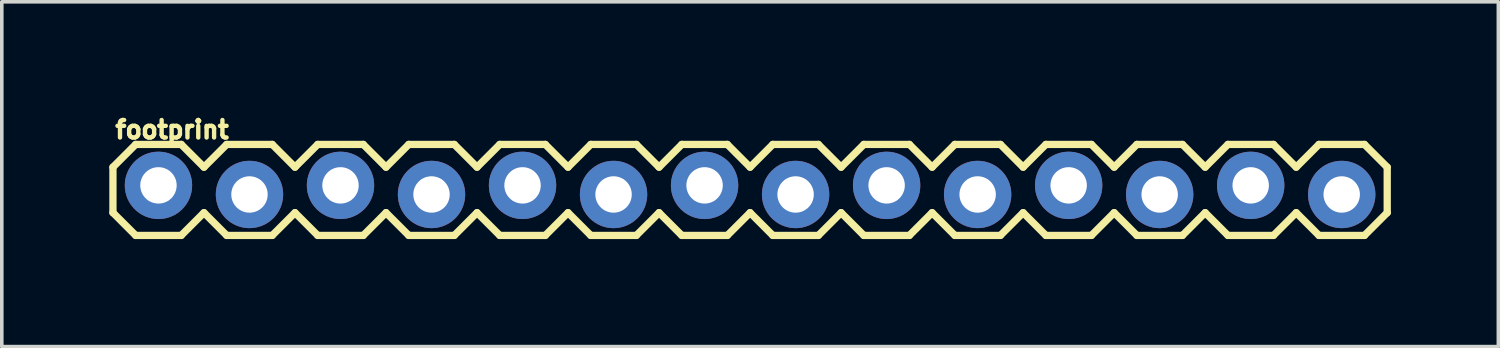
<source format=kicad_pcb>
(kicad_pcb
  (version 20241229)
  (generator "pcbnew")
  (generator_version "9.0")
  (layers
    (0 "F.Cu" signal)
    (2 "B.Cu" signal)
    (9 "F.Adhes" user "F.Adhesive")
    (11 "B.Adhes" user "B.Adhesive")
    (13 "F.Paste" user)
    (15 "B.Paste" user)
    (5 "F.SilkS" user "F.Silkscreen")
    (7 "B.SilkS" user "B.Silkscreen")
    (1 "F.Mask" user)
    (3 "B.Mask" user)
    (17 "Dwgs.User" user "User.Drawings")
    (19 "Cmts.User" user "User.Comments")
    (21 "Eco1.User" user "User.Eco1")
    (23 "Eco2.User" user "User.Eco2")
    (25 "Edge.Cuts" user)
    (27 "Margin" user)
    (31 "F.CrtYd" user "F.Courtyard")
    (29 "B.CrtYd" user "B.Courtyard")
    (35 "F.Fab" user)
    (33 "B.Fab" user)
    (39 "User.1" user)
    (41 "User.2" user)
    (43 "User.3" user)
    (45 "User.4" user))
  (footprint "footprint"
    (layer "F.Cu")
    (at 1.372 2.25)
    (property "Reference" "footprint" (at -1.27 -1.397 0) (layer "F.SilkS") (effects (font (size 0.488 0.488) (thickness 0.122)) (justify left bottom)))
    (fp_line (start -1.27 -0.635) (end -1.27 0.635) (stroke (width 0.203) (type solid)) (layer "F.SilkS"))
    (fp_line (start -1.27 0.635) (end -0.635 1.27) (stroke (width 0.203) (type solid)) (layer "F.SilkS"))
    (fp_line (start -0.635 -1.27) (end -1.27 -0.635) (stroke (width 0.203) (type solid)) (layer "F.SilkS"))
    (fp_line (start -0.635 -1.27) (end 0.635 -1.27) (stroke (width 0.203) (type solid)) (layer "F.SilkS"))
    (fp_line (start 0.635 -1.27) (end 1.27 -0.635) (stroke (width 0.203) (type solid)) (layer "F.SilkS"))
    (fp_line (start 0.635 1.27) (end -0.635 1.27) (stroke (width 0.203) (type solid)) (layer "F.SilkS"))
    (fp_line (start 1.27 -0.635) (end 1.905 -1.27) (stroke (width 0.203) (type solid)) (layer "F.SilkS"))
    (fp_line (start 1.27 0.635) (end 0.635 1.27) (stroke (width 0.203) (type solid)) (layer "F.SilkS"))
    (fp_line (start 1.905 -1.27) (end 3.175 -1.27) (stroke (width 0.203) (type solid)) (layer "F.SilkS"))
    (fp_line (start 1.905 1.27) (end 1.27 0.635) (stroke (width 0.203) (type solid)) (layer "F.SilkS"))
    (fp_line (start 3.175 -1.27) (end 3.81 -0.635) (stroke (width 0.203) (type solid)) (layer "F.SilkS"))
    (fp_line (start 3.175 1.27) (end 1.905 1.27) (stroke (width 0.203) (type solid)) (layer "F.SilkS"))
    (fp_line (start 3.81 -0.635) (end 4.445 -1.27) (stroke (width 0.203) (type solid)) (layer "F.SilkS"))
    (fp_line (start 3.81 0.635) (end 3.175 1.27) (stroke (width 0.203) (type solid)) (layer "F.SilkS"))
    (fp_line (start 4.445 -1.27) (end 5.715 -1.27) (stroke (width 0.203) (type solid)) (layer "F.SilkS"))
    (fp_line (start 4.445 1.27) (end 3.81 0.635) (stroke (width 0.203) (type solid)) (layer "F.SilkS"))
    (fp_line (start 5.715 -1.27) (end 6.35 -0.635) (stroke (width 0.203) (type solid)) (layer "F.SilkS"))
    (fp_line (start 5.715 1.27) (end 4.445 1.27) (stroke (width 0.203) (type solid)) (layer "F.SilkS"))
    (fp_line (start 6.35 0.635) (end 5.715 1.27) (stroke (width 0.203) (type solid)) (layer "F.SilkS"))
    (fp_line (start 6.35 0.635) (end 6.985 1.27) (stroke (width 0.203) (type solid)) (layer "F.SilkS"))
    (fp_line (start 6.985 -1.27) (end 6.35 -0.635) (stroke (width 0.203) (type solid)) (layer "F.SilkS"))
    (fp_line (start 6.985 -1.27) (end 8.255 -1.27) (stroke (width 0.203) (type solid)) (layer "F.SilkS"))
    (fp_line (start 8.255 -1.27) (end 8.89 -0.635) (stroke (width 0.203) (type solid)) (layer "F.SilkS"))
    (fp_line (start 8.255 1.27) (end 6.985 1.27) (stroke (width 0.203) (type solid)) (layer "F.SilkS"))
    (fp_line (start 8.89 -0.635) (end 9.525 -1.27) (stroke (width 0.203) (type solid)) (layer "F.SilkS"))
    (fp_line (start 8.89 0.635) (end 8.255 1.27) (stroke (width 0.203) (type solid)) (layer "F.SilkS"))
    (fp_line (start 9.525 -1.27) (end 10.795 -1.27) (stroke (width 0.203) (type solid)) (layer "F.SilkS"))
    (fp_line (start 9.525 1.27) (end 8.89 0.635) (stroke (width 0.203) (type solid)) (layer "F.SilkS"))
    (fp_line (start 10.795 -1.27) (end 11.43 -0.635) (stroke (width 0.203) (type solid)) (layer "F.SilkS"))
    (fp_line (start 10.795 1.27) (end 9.525 1.27) (stroke (width 0.203) (type solid)) (layer "F.SilkS"))
    (fp_line (start 11.43 -0.635) (end 12.065 -1.27) (stroke (width 0.203) (type solid)) (layer "F.SilkS"))
    (fp_line (start 11.43 0.635) (end 10.795 1.27) (stroke (width 0.203) (type solid)) (layer "F.SilkS"))
    (fp_line (start 12.065 -1.27) (end 13.335 -1.27) (stroke (width 0.203) (type solid)) (layer "F.SilkS"))
    (fp_line (start 12.065 1.27) (end 11.43 0.635) (stroke (width 0.203) (type solid)) (layer "F.SilkS"))
    (fp_line (start 13.335 -1.27) (end 13.97 -0.635) (stroke (width 0.203) (type solid)) (layer "F.SilkS"))
    (fp_line (start 13.335 1.27) (end 12.065 1.27) (stroke (width 0.203) (type solid)) (layer "F.SilkS"))
    (fp_line (start 13.97 0.635) (end 13.335 1.27) (stroke (width 0.203) (type solid)) (layer "F.SilkS"))
    (fp_line (start 13.97 0.635) (end 14.605 1.27) (stroke (width 0.203) (type solid)) (layer "F.SilkS"))
    (fp_line (start 14.605 -1.27) (end 13.97 -0.635) (stroke (width 0.203) (type solid)) (layer "F.SilkS"))
    (fp_line (start 14.605 -1.27) (end 15.875 -1.27) (stroke (width 0.203) (type solid)) (layer "F.SilkS"))
    (fp_line (start 15.875 -1.27) (end 16.51 -0.635) (stroke (width 0.203) (type solid)) (layer "F.SilkS"))
    (fp_line (start 15.875 1.27) (end 14.605 1.27) (stroke (width 0.203) (type solid)) (layer "F.SilkS"))
    (fp_line (start 16.51 0.635) (end 15.875 1.27) (stroke (width 0.203) (type solid)) (layer "F.SilkS"))
    (fp_line (start 16.51 0.635) (end 17.145 1.27) (stroke (width 0.203) (type solid)) (layer "F.SilkS"))
    (fp_line (start 17.145 -1.27) (end 16.51 -0.635) (stroke (width 0.203) (type solid)) (layer "F.SilkS"))
    (fp_line (start 17.145 -1.27) (end 18.415 -1.27) (stroke (width 0.203) (type solid)) (layer "F.SilkS"))
    (fp_line (start 18.415 -1.27) (end 19.05 -0.635) (stroke (width 0.203) (type solid)) (layer "F.SilkS"))
    (fp_line (start 18.415 1.27) (end 17.145 1.27) (stroke (width 0.203) (type solid)) (layer "F.SilkS"))
    (fp_line (start 19.05 -0.635) (end 19.685 -1.27) (stroke (width 0.203) (type solid)) (layer "F.SilkS"))
    (fp_line (start 19.05 0.635) (end 18.415 1.27) (stroke (width 0.203) (type solid)) (layer "F.SilkS"))
    (fp_line (start 19.685 -1.27) (end 20.955 -1.27) (stroke (width 0.203) (type solid)) (layer "F.SilkS"))
    (fp_line (start 19.685 1.27) (end 19.05 0.635) (stroke (width 0.203) (type solid)) (layer "F.SilkS"))
    (fp_line (start 20.955 -1.27) (end 21.59 -0.635) (stroke (width 0.203) (type solid)) (layer "F.SilkS"))
    (fp_line (start 20.955 1.27) (end 19.685 1.27) (stroke (width 0.203) (type solid)) (layer "F.SilkS"))
    (fp_line (start 21.59 -0.635) (end 22.225 -1.27) (stroke (width 0.203) (type solid)) (layer "F.SilkS"))
    (fp_line (start 21.59 0.635) (end 20.955 1.27) (stroke (width 0.203) (type solid)) (layer "F.SilkS"))
    (fp_line (start 22.225 -1.27) (end 23.495 -1.27) (stroke (width 0.203) (type solid)) (layer "F.SilkS"))
    (fp_line (start 22.225 1.27) (end 21.59 0.635) (stroke (width 0.203) (type solid)) (layer "F.SilkS"))
    (fp_line (start 23.495 -1.27) (end 24.13 -0.635) (stroke (width 0.203) (type solid)) (layer "F.SilkS"))
    (fp_line (start 23.495 1.27) (end 22.225 1.27) (stroke (width 0.203) (type solid)) (layer "F.SilkS"))
    (fp_line (start 24.13 0.635) (end 23.495 1.27) (stroke (width 0.203) (type solid)) (layer "F.SilkS"))
    (fp_line (start 24.13 0.635) (end 24.765 1.27) (stroke (width 0.203) (type solid)) (layer "F.SilkS"))
    (fp_line (start 24.765 -1.27) (end 24.13 -0.635) (stroke (width 0.203) (type solid)) (layer "F.SilkS"))
    (fp_line (start 24.765 -1.27) (end 26.035 -1.27) (stroke (width 0.203) (type solid)) (layer "F.SilkS"))
    (fp_line (start 26.035 -1.27) (end 26.67 -0.635) (stroke (width 0.203) (type solid)) (layer "F.SilkS"))
    (fp_line (start 26.035 1.27) (end 24.765 1.27) (stroke (width 0.203) (type solid)) (layer "F.SilkS"))
    (fp_line (start 26.67 -0.635) (end 27.305 -1.27) (stroke (width 0.203) (type solid)) (layer "F.SilkS"))
    (fp_line (start 26.67 0.635) (end 26.035 1.27) (stroke (width 0.203) (type solid)) (layer "F.SilkS"))
    (fp_line (start 27.305 -1.27) (end 28.575 -1.27) (stroke (width 0.203) (type solid)) (layer "F.SilkS"))
    (fp_line (start 27.305 1.27) (end 26.67 0.635) (stroke (width 0.203) (type solid)) (layer "F.SilkS"))
    (fp_line (start 28.575 -1.27) (end 29.21 -0.635) (stroke (width 0.203) (type solid)) (layer "F.SilkS"))
    (fp_line (start 28.575 1.27) (end 27.305 1.27) (stroke (width 0.203) (type solid)) (layer "F.SilkS"))
    (fp_line (start 29.21 -0.635) (end 29.845 -1.27) (stroke (width 0.203) (type solid)) (layer "F.SilkS"))
    (fp_line (start 29.21 0.635) (end 28.575 1.27) (stroke (width 0.203) (type solid)) (layer "F.SilkS"))
    (fp_line (start 29.845 -1.27) (end 31.115 -1.27) (stroke (width 0.203) (type solid)) (layer "F.SilkS"))
    (fp_line (start 29.845 1.27) (end 29.21 0.635) (stroke (width 0.203) (type solid)) (layer "F.SilkS"))
    (fp_line (start 31.115 -1.27) (end 31.75 -0.635) (stroke (width 0.203) (type solid)) (layer "F.SilkS"))
    (fp_line (start 31.115 1.27) (end 29.845 1.27) (stroke (width 0.203) (type solid)) (layer "F.SilkS"))
    (fp_line (start 31.75 0.635) (end 31.115 1.27) (stroke (width 0.203) (type solid)) (layer "F.SilkS"))
    (fp_line (start 31.75 0.635) (end 32.385 1.27) (stroke (width 0.203) (type solid)) (layer "F.SilkS"))
    (fp_line (start 32.385 -1.27) (end 31.75 -0.635) (stroke (width 0.203) (type solid)) (layer "F.SilkS"))
    (fp_line (start 32.385 -1.27) (end 33.655 -1.27) (stroke (width 0.203) (type solid)) (layer "F.SilkS"))
    (fp_line (start 33.655 -1.27) (end 34.29 -0.635) (stroke (width 0.203) (type solid)) (layer "F.SilkS"))
    (fp_line (start 33.655 1.27) (end 32.385 1.27) (stroke (width 0.203) (type solid)) (layer "F.SilkS"))
    (fp_line (start 34.29 -0.635) (end 34.29 0.635) (stroke (width 0.203) (type solid)) (layer "F.SilkS"))
    (fp_line (start 34.29 0.635) (end 33.655 1.27) (stroke (width 0.203) (type solid)) (layer "F.SilkS"))
    (fp_poly (pts (xy -0.254 0.254) (xy 0.254 0.254) (xy 0.254 -0.254) (xy -0.254 -0.254)) (stroke (width 0.1) (type solid)) (fill no) (layer "F.Fab"))
    (fp_poly (pts (xy 2.286 0.254) (xy 2.794 0.254) (xy 2.794 -0.254) (xy 2.286 -0.254)) (stroke (width 0.1) (type solid)) (fill no) (layer "F.Fab"))
    (fp_poly (pts (xy 4.826 0.254) (xy 5.334 0.254) (xy 5.334 -0.254) (xy 4.826 -0.254)) (stroke (width 0.1) (type solid)) (fill no) (layer "F.Fab"))
    (fp_poly (pts (xy 7.366 0.254) (xy 7.874 0.254) (xy 7.874 -0.254) (xy 7.366 -0.254)) (stroke (width 0.1) (type solid)) (fill no) (layer "F.Fab"))
    (fp_poly (pts (xy 9.906 0.254) (xy 10.414 0.254) (xy 10.414 -0.254) (xy 9.906 -0.254)) (stroke (width 0.1) (type solid)) (fill no) (layer "F.Fab"))
    (fp_poly (pts (xy 12.446 0.254) (xy 12.954 0.254) (xy 12.954 -0.254) (xy 12.446 -0.254)) (stroke (width 0.1) (type solid)) (fill no) (layer "F.Fab"))
    (fp_poly (pts (xy 14.986 0.254) (xy 15.494 0.254) (xy 15.494 -0.254) (xy 14.986 -0.254)) (stroke (width 0.1) (type solid)) (fill no) (layer "F.Fab"))
    (fp_poly (pts (xy 17.526 0.254) (xy 18.034 0.254) (xy 18.034 -0.254) (xy 17.526 -0.254)) (stroke (width 0.1) (type solid)) (fill no) (layer "F.Fab"))
    (fp_poly (pts (xy 20.066 0.254) (xy 20.574 0.254) (xy 20.574 -0.254) (xy 20.066 -0.254)) (stroke (width 0.1) (type solid)) (fill no) (layer "F.Fab"))
    (fp_poly (pts (xy 22.606 0.254) (xy 23.114 0.254) (xy 23.114 -0.254) (xy 22.606 -0.254)) (stroke (width 0.1) (type solid)) (fill no) (layer "F.Fab"))
    (fp_poly (pts (xy 25.146 0.254) (xy 25.654 0.254) (xy 25.654 -0.254) (xy 25.146 -0.254)) (stroke (width 0.1) (type solid)) (fill no) (layer "F.Fab"))
    (fp_poly (pts (xy 27.686 0.254) (xy 28.194 0.254) (xy 28.194 -0.254) (xy 27.686 -0.254)) (stroke (width 0.1) (type solid)) (fill no) (layer "F.Fab"))
    (fp_poly (pts (xy 30.226 0.254) (xy 30.734 0.254) (xy 30.734 -0.254) (xy 30.226 -0.254)) (stroke (width 0.1) (type solid)) (fill no) (layer "F.Fab"))
    (fp_poly (pts (xy 32.766 0.254) (xy 33.274 0.254) (xy 33.274 -0.254) (xy 32.766 -0.254)) (stroke (width 0.1) (type solid)) (fill no) (layer "F.Fab"))
    (pad "1" thru_hole circle (at 0 -0.127 90) (size 1.88 1.88) (drill 1.016) (layers "*.Cu" "*.Mask"))
    (pad "2" thru_hole circle (at 2.54 0.127 90) (size 1.88 1.88) (drill 1.016) (layers "*.Cu" "*.Mask"))
    (pad "3" thru_hole circle (at 5.08 -0.127 90) (size 1.88 1.88) (drill 1.016) (layers "*.Cu" "*.Mask"))
    (pad "4" thru_hole circle (at 7.62 0.127 90) (size 1.88 1.88) (drill 1.016) (layers "*.Cu" "*.Mask"))
    (pad "5" thru_hole circle (at 10.16 -0.127 90) (size 1.88 1.88) (drill 1.016) (layers "*.Cu" "*.Mask"))
    (pad "6" thru_hole circle (at 12.7 0.127 90) (size 1.88 1.88) (drill 1.016) (layers "*.Cu" "*.Mask"))
    (pad "7" thru_hole circle (at 15.24 -0.127 90) (size 1.88 1.88) (drill 1.016) (layers "*.Cu" "*.Mask"))
    (pad "8" thru_hole circle (at 17.78 0.127 90) (size 1.88 1.88) (drill 1.016) (layers "*.Cu" "*.Mask"))
    (pad "9" thru_hole circle (at 20.32 -0.127 90) (size 1.88 1.88) (drill 1.016) (layers "*.Cu" "*.Mask"))
    (pad "10" thru_hole circle (at 22.86 0.127 90) (size 1.88 1.88) (drill 1.016) (layers "*.Cu" "*.Mask"))
    (pad "11" thru_hole circle (at 25.4 -0.127 90) (size 1.88 1.88) (drill 1.016) (layers "*.Cu" "*.Mask"))
    (pad "12" thru_hole circle (at 27.94 0.127 90) (size 1.88 1.88) (drill 1.016) (layers "*.Cu" "*.Mask"))
    (pad "13" thru_hole circle (at 30.48 -0.127 90) (size 1.88 1.88) (drill 1.016) (layers "*.Cu" "*.Mask"))
    (pad "14" thru_hole circle (at 33.02 0.127 90) (size 1.88 1.88) (drill 1.016) (layers "*.Cu" "*.Mask")))
  (gr_rect
    (start -3 -3)
    (end 38.763 6.622)
    (stroke (width 0.1) (type default))
    (fill no)
    (layer "Edge.Cuts")))
</source>
